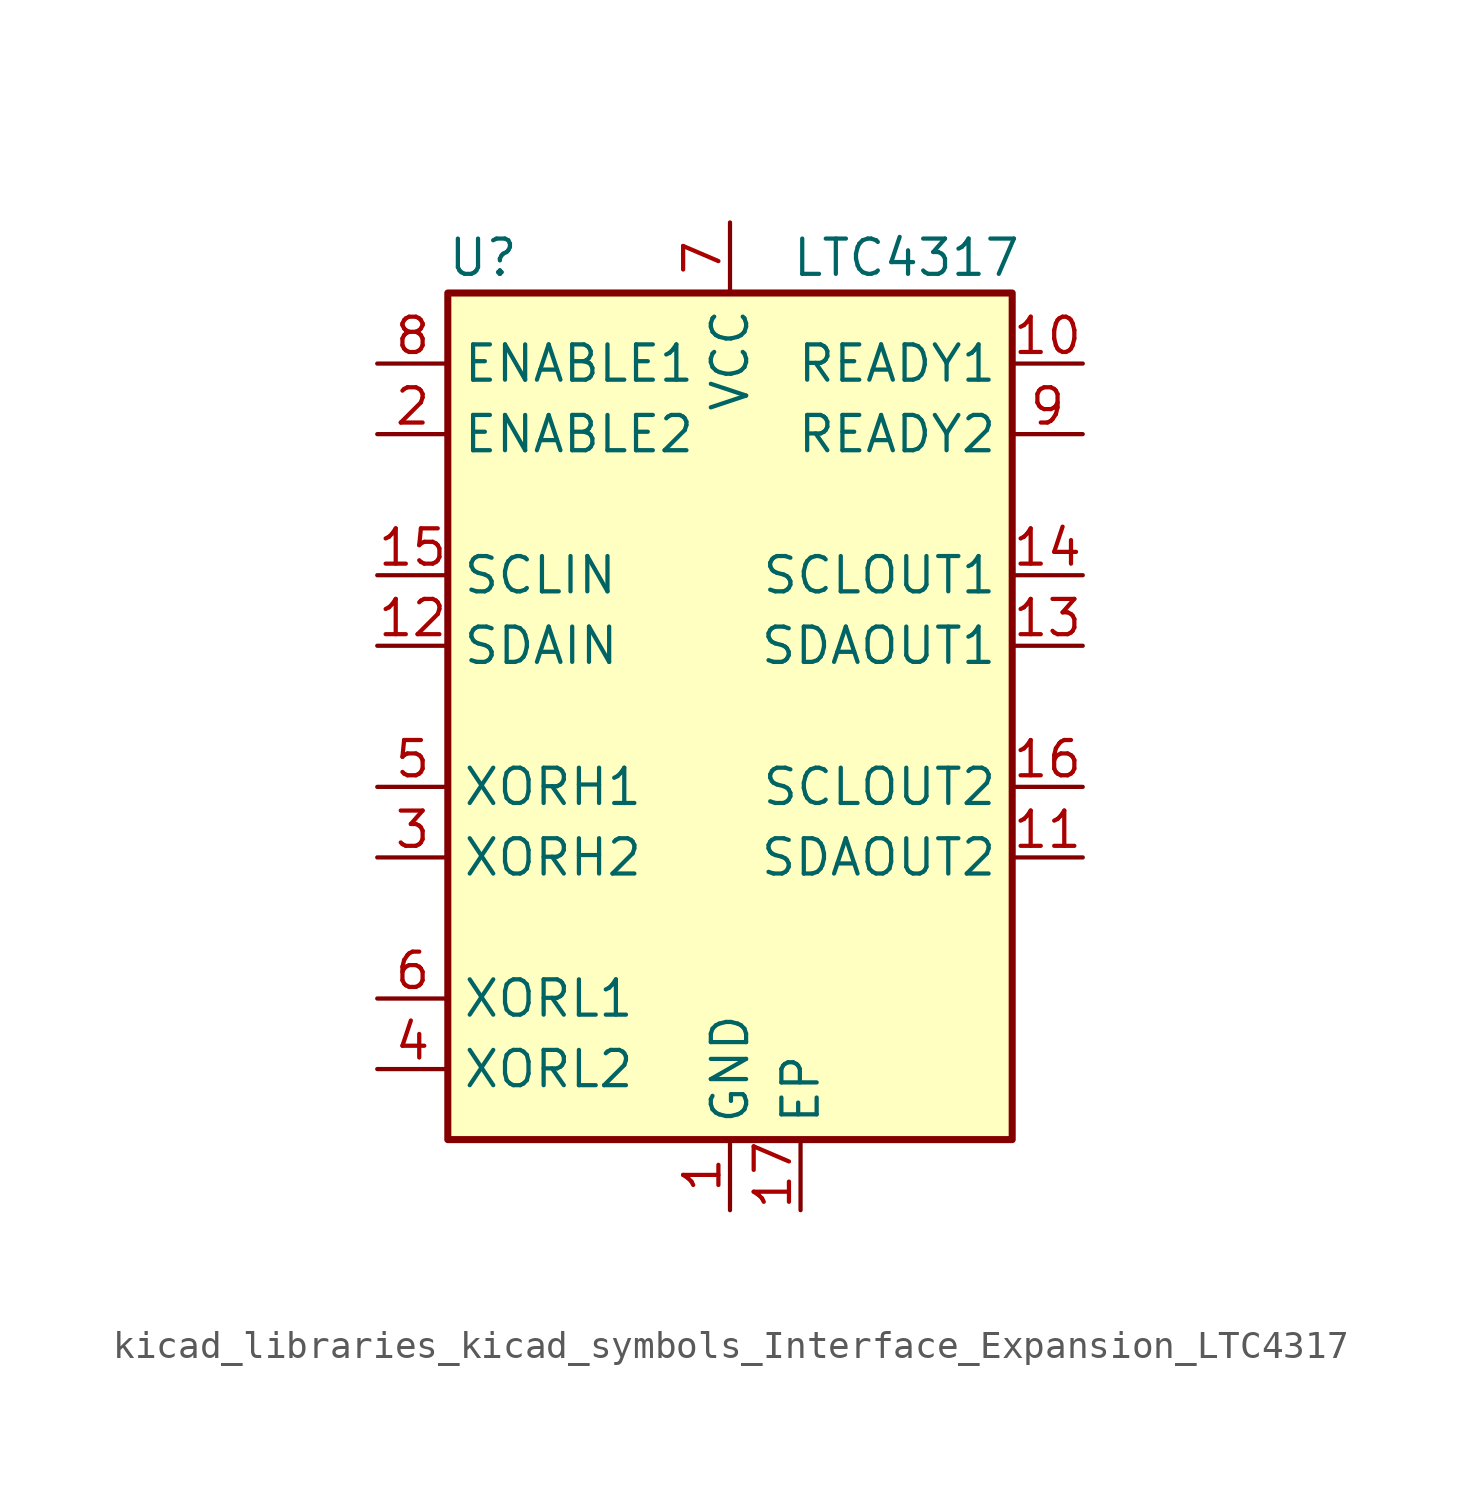
<source format=kicad_sym>
(kicad_symbol_lib
  (version 20220914)
  (generator kicad_symbol_editor)
  (symbol "kicad_libraries_kicad_symbols_Interface_Expansion_LTC4317"
    (property "Reference" "U"
      (at -8.89 16.51 0)
      (effects (font (size 1.27 1.27))))
    (property "Value" "LTC4317"
      (at 6.35 16.51 0)
      (effects (font (size 1.27 1.27))))
    (symbol "kicad_libraries_kicad_symbols_Interface_Expansion_LTC4317_0_1"
      (rectangle (start -10.16 15.24) (end 10.16 -15.24) (stroke (width 0.254) (type default)) (fill (type background))))
    (symbol "kicad_libraries_kicad_symbols_Interface_Expansion_LTC4317_1_1"
      (pin power_in line (at 0 -17.78 90) (length 2.54) (name "GND" (effects (font (size 1.27 1.27)))) (number "1" (effects (font (size 1.27 1.27)))))
      (pin open_collector line (at 12.7 12.7 180) (length 2.54) (name "READY1" (effects (font (size 1.27 1.27)))) (number "10" (effects (font (size 1.27 1.27)))))
      (pin bidirectional line (at 12.7 -5.08 180) (length 2.54) (name "SDAOUT2" (effects (font (size 1.27 1.27)))) (number "11" (effects (font (size 1.27 1.27)))))
      (pin bidirectional line (at -12.7 2.54 0) (length 2.54) (name "SDAIN" (effects (font (size 1.27 1.27)))) (number "12" (effects (font (size 1.27 1.27)))))
      (pin bidirectional line (at 12.7 2.54 180) (length 2.54) (name "SDAOUT1" (effects (font (size 1.27 1.27)))) (number "13" (effects (font (size 1.27 1.27)))))
      (pin output line (at 12.7 5.08 180) (length 2.54) (name "SCLOUT1" (effects (font (size 1.27 1.27)))) (number "14" (effects (font (size 1.27 1.27)))))
      (pin input line (at -12.7 5.08 0) (length 2.54) (name "SCLIN" (effects (font (size 1.27 1.27)))) (number "15" (effects (font (size 1.27 1.27)))))
      (pin output line (at 12.7 -2.54 180) (length 2.54) (name "SCLOUT2" (effects (font (size 1.27 1.27)))) (number "16" (effects (font (size 1.27 1.27)))))
      (pin passive line (at 2.54 -17.78 90) (length 2.54) (name "EP" (effects (font (size 1.27 1.27)))) (number "17" (effects (font (size 1.27 1.27)))))
      (pin input line (at -12.7 10.16 0) (length 2.54) (name "ENABLE2" (effects (font (size 1.27 1.27)))) (number "2" (effects (font (size 1.27 1.27)))))
      (pin input line (at -12.7 -5.08 0) (length 2.54) (name "XORH2" (effects (font (size 1.27 1.27)))) (number "3" (effects (font (size 1.27 1.27)))))
      (pin input line (at -12.7 -12.7 0) (length 2.54) (name "XORL2" (effects (font (size 1.27 1.27)))) (number "4" (effects (font (size 1.27 1.27)))))
      (pin input line (at -12.7 -2.54 0) (length 2.54) (name "XORH1" (effects (font (size 1.27 1.27)))) (number "5" (effects (font (size 1.27 1.27)))))
      (pin input line (at -12.7 -10.16 0) (length 2.54) (name "XORL1" (effects (font (size 1.27 1.27)))) (number "6" (effects (font (size 1.27 1.27)))))
      (pin power_in line (at 0 17.78 270) (length 2.54) (name "VCC" (effects (font (size 1.27 1.27)))) (number "7" (effects (font (size 1.27 1.27)))))
      (pin input line (at -12.7 12.7 0) (length 2.54) (name "ENABLE1" (effects (font (size 1.27 1.27)))) (number "8" (effects (font (size 1.27 1.27)))))
      (pin open_collector line (at 12.7 10.16 180) (length 2.54) (name "READY2" (effects (font (size 1.27 1.27)))) (number "9" (effects (font (size 1.27 1.27))))))))
</source>
